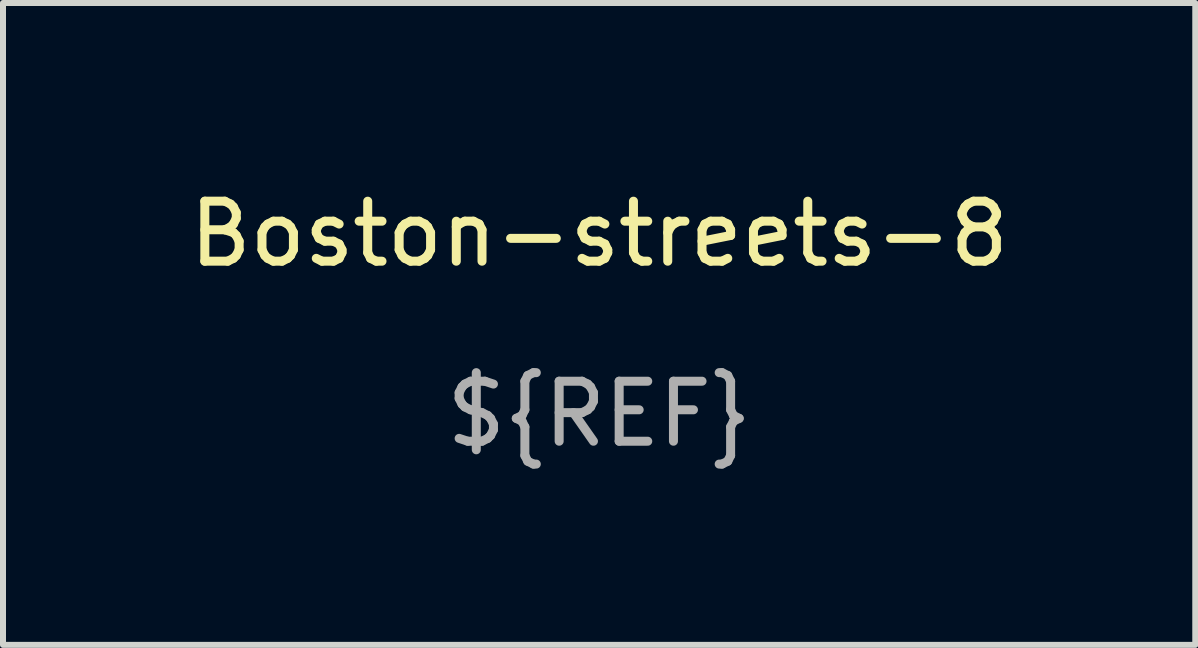
<source format=kicad_pcb>
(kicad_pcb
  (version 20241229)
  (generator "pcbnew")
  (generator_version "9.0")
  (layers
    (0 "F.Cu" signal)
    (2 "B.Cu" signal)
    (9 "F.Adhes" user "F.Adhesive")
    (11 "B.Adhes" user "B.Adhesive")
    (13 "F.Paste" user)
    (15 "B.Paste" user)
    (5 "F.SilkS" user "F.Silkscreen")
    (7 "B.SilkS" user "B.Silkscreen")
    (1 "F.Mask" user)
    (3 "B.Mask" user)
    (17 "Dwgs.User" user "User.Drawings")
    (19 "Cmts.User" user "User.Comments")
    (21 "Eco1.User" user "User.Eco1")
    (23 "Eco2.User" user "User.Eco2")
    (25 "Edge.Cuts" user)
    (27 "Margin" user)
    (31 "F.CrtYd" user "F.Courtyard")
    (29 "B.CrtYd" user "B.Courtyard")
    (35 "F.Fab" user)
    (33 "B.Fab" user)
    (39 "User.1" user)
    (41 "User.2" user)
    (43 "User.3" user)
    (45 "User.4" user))
  (footprint "Boston-streets-8"
    (layer "F.Cu")
    (at 6.935 1.348)
    (property "Reference" "Boston-streets-8" (at 0 -0.5 0) (unlocked yes) (layer "F.SilkS") (effects (font (size 1 1) (thickness 0.15))))
    (attr through_hole)
    (fp_text user "${REF}" (at 0 2.5 0) (unlocked yes) (layer "F.Fab") (effects (font (size 1 1) (thickness 0.15)))))
  (gr_rect
    (start -3 -3)
    (end 16.869 7.697)
    (stroke (width 0.1) (type default))
    (fill no)
    (layer "Edge.Cuts")))
</source>
